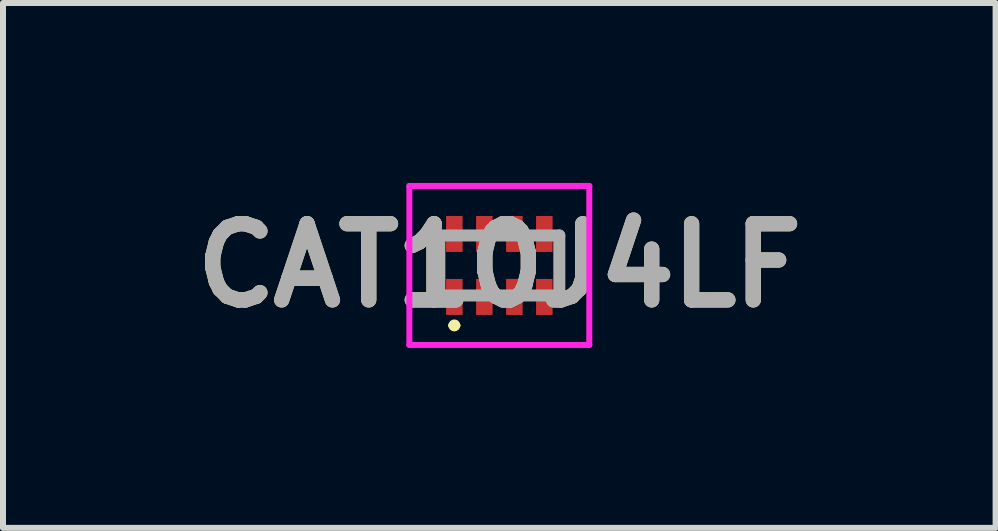
<source format=kicad_pcb>
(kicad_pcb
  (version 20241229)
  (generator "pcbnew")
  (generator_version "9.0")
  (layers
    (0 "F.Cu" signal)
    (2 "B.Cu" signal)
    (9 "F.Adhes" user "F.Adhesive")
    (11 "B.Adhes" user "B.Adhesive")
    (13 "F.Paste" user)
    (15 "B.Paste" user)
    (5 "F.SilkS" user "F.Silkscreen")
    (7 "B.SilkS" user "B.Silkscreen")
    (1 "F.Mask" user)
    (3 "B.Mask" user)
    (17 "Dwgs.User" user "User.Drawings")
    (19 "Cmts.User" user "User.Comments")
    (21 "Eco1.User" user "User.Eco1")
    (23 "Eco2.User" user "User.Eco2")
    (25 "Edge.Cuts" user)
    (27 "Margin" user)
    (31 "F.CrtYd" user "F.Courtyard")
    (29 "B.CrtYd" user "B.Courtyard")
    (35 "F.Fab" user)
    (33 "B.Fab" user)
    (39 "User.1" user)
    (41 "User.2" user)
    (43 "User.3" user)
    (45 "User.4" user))
  (footprint "CAT10J4LF"
    (layer "F.Cu")
    (at 5.274 1.375)
    (property "Reference" "CAT10J4LF" (at 0 0 0) (layer "F.SilkS") (effects (font (size 1.27 1.27) (thickness 0.254))))
    (attr smd)
    (fp_line (start -1 -0.1) (end -1 0.1) (stroke (width 0.1) (type solid)) (layer "F.SilkS"))
    (fp_line (start -0.8 1) (end -0.8 1) (stroke (width 0.1) (type solid)) (layer "F.SilkS"))
    (fp_line (start -0.7 1) (end -0.7 1) (stroke (width 0.1) (type solid)) (layer "F.SilkS"))
    (fp_line (start 1 -0.1) (end 1 0.1) (stroke (width 0.1) (type solid)) (layer "F.SilkS"))
    (fp_arc (start -0.8 1) (mid -0.75 0.95) (end -0.7 1) (stroke (width 0.1) (type solid)) (layer "F.SilkS"))
    (fp_arc (start -0.7 1) (mid -0.75 1.05) (end -0.8 1) (stroke (width 0.1) (type solid)) (layer "F.SilkS"))
    (fp_line (start -1.5 -1.325) (end 1.5 -1.325) (stroke (width 0.1) (type solid)) (layer "F.CrtYd"))
    (fp_line (start -1.5 1.325) (end -1.5 -1.325) (stroke (width 0.1) (type solid)) (layer "F.CrtYd"))
    (fp_line (start 1.5 -1.325) (end 1.5 1.325) (stroke (width 0.1) (type solid)) (layer "F.CrtYd"))
    (fp_line (start 1.5 1.325) (end -1.5 1.325) (stroke (width 0.1) (type solid)) (layer "F.CrtYd"))
    (fp_line (start -1 -0.5) (end 1 -0.5) (stroke (width 0.2) (type solid)) (layer "F.Fab"))
    (fp_line (start -1 0.5) (end -1 -0.5) (stroke (width 0.2) (type solid)) (layer "F.Fab"))
    (fp_line (start 1 -0.5) (end 1 0.5) (stroke (width 0.2) (type solid)) (layer "F.Fab"))
    (fp_line (start 1 0.5) (end -1 0.5) (stroke (width 0.2) (type solid)) (layer "F.Fab"))
    (fp_text user "${REFERENCE}" (at 0 0 0) (layer "F.Fab") (effects (font (size 1.27 1.27) (thickness 0.254))))
    (pad "1" smd rect (at -0.75 0.525) (size 0.275 0.6) (layers "F.Cu" "F.Mask" "F.Paste"))
    (pad "2" smd rect (at -0.25 0.525) (size 0.275 0.6) (layers "F.Cu" "F.Mask" "F.Paste"))
    (pad "3" smd rect (at 0.25 0.525) (size 0.275 0.6) (layers "F.Cu" "F.Mask" "F.Paste"))
    (pad "4" smd rect (at 0.75 0.525) (size 0.275 0.6) (layers "F.Cu" "F.Mask" "F.Paste"))
    (pad "5" smd rect (at 0.75 -0.525) (size 0.275 0.6) (layers "F.Cu" "F.Mask" "F.Paste"))
    (pad "6" smd rect (at 0.25 -0.525) (size 0.275 0.6) (layers "F.Cu" "F.Mask" "F.Paste"))
    (pad "7" smd rect (at -0.25 -0.525) (size 0.275 0.6) (layers "F.Cu" "F.Mask" "F.Paste"))
    (pad "8" smd rect (at -0.75 -0.525) (size 0.275 0.6) (layers "F.Cu" "F.Mask" "F.Paste")))
  (gr_rect
    (start -3 -3)
    (end 13.547 5.75)
    (stroke (width 0.1) (type default))
    (fill no)
    (layer "Edge.Cuts")))
</source>
